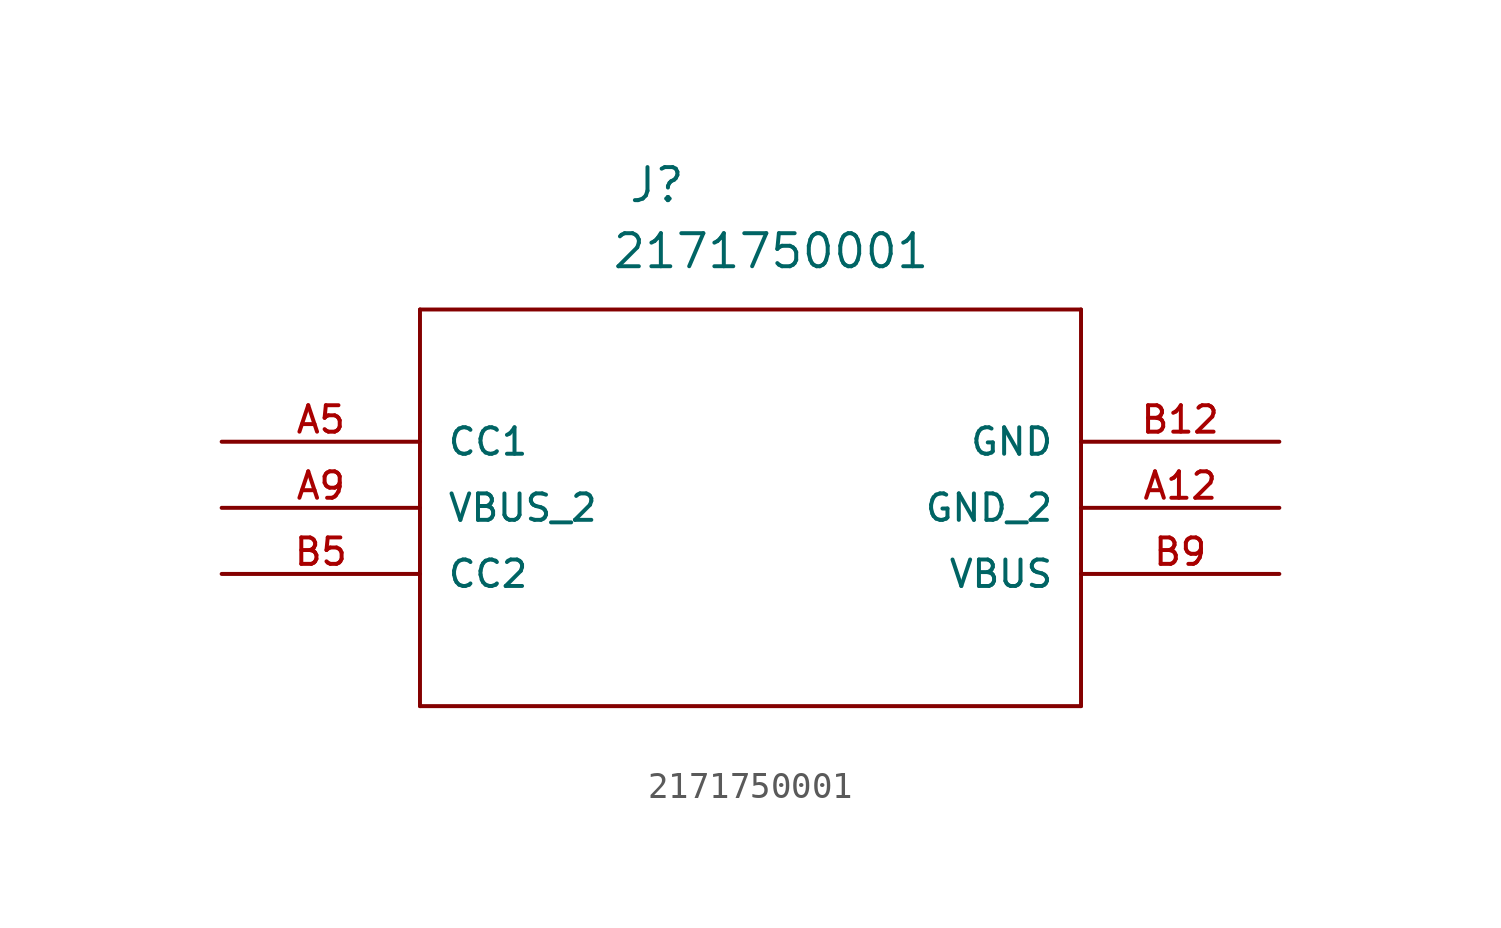
<source format=kicad_sym>
(kicad_symbol_lib
  (version 20211014)
  (generator kicad_symbol_editor)
  (symbol "2171750001"
    (pin_names
      (offset 1.016))
    (property "Reference" "J"
      (at 15.596 9.119 0.0)
      (effects (font (size 1.27 1.27)) (justify bottom left)))
    (property "Value" "2171750001"
      (at 14.961 6.579 0.0)
      (effects (font (size 1.27 1.27)) (justify bottom left)))
    (symbol "2171750001_0_0"
      (polyline (pts (xy 7.62 5.08) (xy 7.62 -10.16)) (stroke (width 0.152)))
      (polyline (pts (xy 7.62 -10.16) (xy 33.02 -10.16)) (stroke (width 0.152)))
      (polyline (pts (xy 33.02 -10.16) (xy 33.02 5.08)) (stroke (width 0.152)))
      (polyline (pts (xy 33.02 5.08) (xy 7.62 5.08)) (stroke (width 0.152)))
      (pin bidirectional line (at 0.0 0.0 0) (length 7.62) (name "CC1" (effects (font (size 1.016 1.016)))) (number "A5" (effects (font (size 1.016 1.016)))))
      (pin power_in line (at 0.0 -2.54 0) (length 7.62) (name "VBUS_2" (effects (font (size 1.016 1.016)))) (number "A9" (effects (font (size 1.016 1.016)))))
      (pin bidirectional line (at 0.0 -5.08 0) (length 7.62) (name "CC2" (effects (font (size 1.016 1.016)))) (number "B5" (effects (font (size 1.016 1.016)))))
      (pin power_in line (at 40.64 -5.08 180.0) (length 7.62) (name "VBUS" (effects (font (size 1.016 1.016)))) (number "B9" (effects (font (size 1.016 1.016)))))
      (pin passive line (at 40.64 -2.54 180.0) (length 7.62) (name "GND_2" (effects (font (size 1.016 1.016)))) (number "A12" (effects (font (size 1.016 1.016)))))
      (pin passive line (at 40.64 0.0 180.0) (length 7.62) (name "GND" (effects (font (size 1.016 1.016)))) (number "B12" (effects (font (size 1.016 1.016))))))))
</source>
